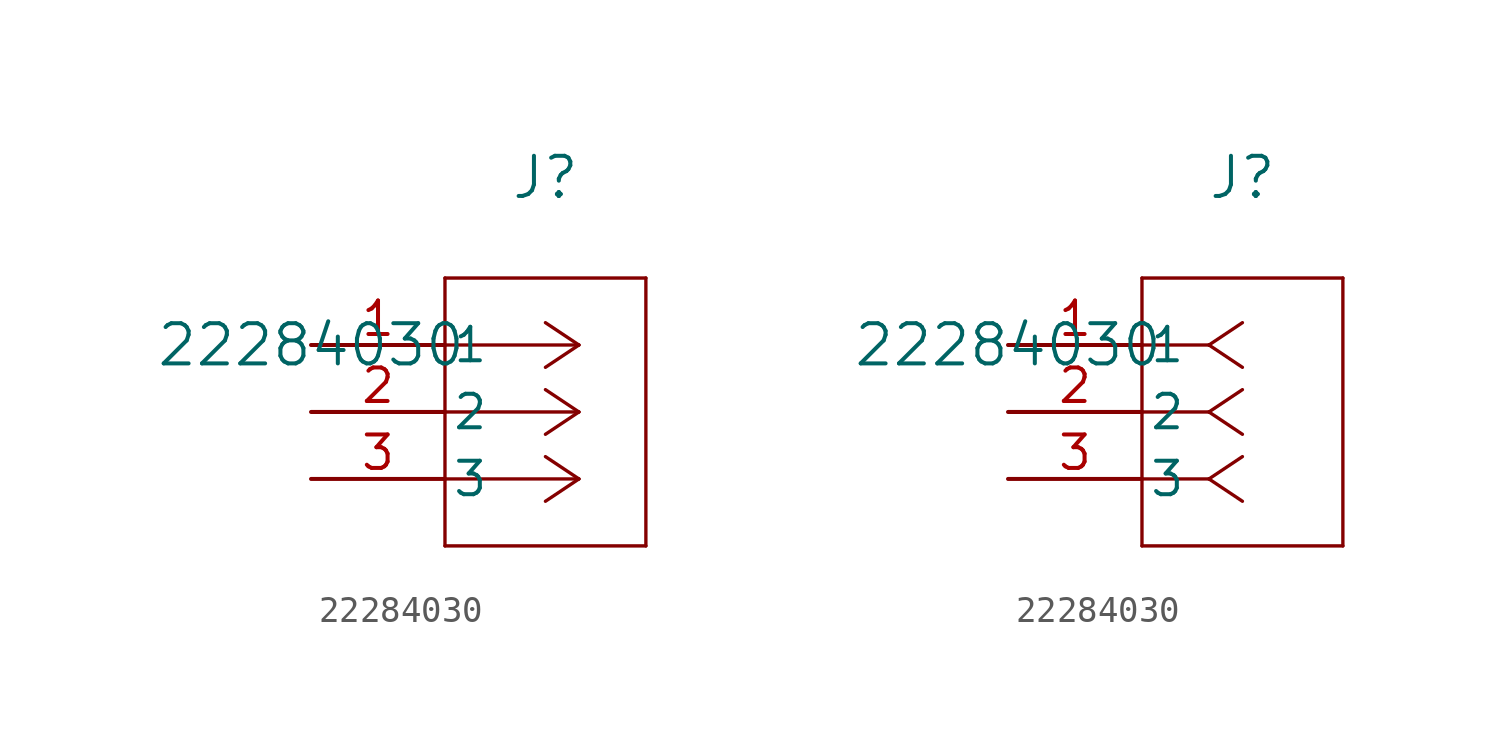
<source format=kicad_sym>
(kicad_symbol_lib
  (version 20211014)
  (generator kicad_symbol_editor)
  (symbol "22284030"
    (pin_names
      (offset 0.254))
    (property "Reference" "J"
      (at 8.89 6.35 0)
      (effects (font (size 1.524 1.524))))
    (property "Value" "22284030"
      (at 0 0 0)
      (effects (font (size 1.524 1.524))))
    (symbol "22284030_1_1"
      (polyline (pts (xy 10.16 0) (xy 5.08 0)) (stroke (width 0.127) (type default) (color 0 0 0 0)) (fill (type none)))
      (polyline (pts (xy 10.16 -2.54) (xy 5.08 -2.54)) (stroke (width 0.127) (type default) (color 0 0 0 0)) (fill (type none)))
      (polyline (pts (xy 10.16 -5.08) (xy 5.08 -5.08)) (stroke (width 0.127) (type default) (color 0 0 0 0)) (fill (type none)))
      (polyline (pts (xy 10.16 0) (xy 8.89 0.847)) (stroke (width 0.127) (type default) (color 0 0 0 0)) (fill (type none)))
      (polyline (pts (xy 10.16 -2.54) (xy 8.89 -1.693)) (stroke (width 0.127) (type default) (color 0 0 0 0)) (fill (type none)))
      (polyline (pts (xy 10.16 -5.08) (xy 8.89 -4.233)) (stroke (width 0.127) (type default) (color 0 0 0 0)) (fill (type none)))
      (polyline (pts (xy 10.16 0) (xy 8.89 -0.847)) (stroke (width 0.127) (type default) (color 0 0 0 0)) (fill (type none)))
      (polyline (pts (xy 10.16 -2.54) (xy 8.89 -3.387)) (stroke (width 0.127) (type default) (color 0 0 0 0)) (fill (type none)))
      (polyline (pts (xy 10.16 -5.08) (xy 8.89 -5.927)) (stroke (width 0.127) (type default) (color 0 0 0 0)) (fill (type none)))
      (polyline (pts (xy 5.08 2.54) (xy 5.08 -7.62)) (stroke (width 0.127) (type default) (color 0 0 0 0)) (fill (type none)))
      (polyline (pts (xy 5.08 -7.62) (xy 12.7 -7.62)) (stroke (width 0.127) (type default) (color 0 0 0 0)) (fill (type none)))
      (polyline (pts (xy 12.7 -7.62) (xy 12.7 2.54)) (stroke (width 0.127) (type default) (color 0 0 0 0)) (fill (type none)))
      (polyline (pts (xy 12.7 2.54) (xy 5.08 2.54)) (stroke (width 0.127) (type default) (color 0 0 0 0)) (fill (type none)))
      (pin unspecified line (at 0 0 0) (length 5.08) (name "1" (effects (font (size 1.27 1.27)))) (number "1" (effects (font (size 1.27 1.27)))))
      (pin unspecified line (at 0 -2.54 0) (length 5.08) (name "2" (effects (font (size 1.27 1.27)))) (number "2" (effects (font (size 1.27 1.27)))))
      (pin unspecified line (at 0 -5.08 0) (length 5.08) (name "3" (effects (font (size 1.27 1.27)))) (number "3" (effects (font (size 1.27 1.27))))))
    (symbol "22284030_1_2"
      (polyline (pts (xy 7.62 0) (xy 5.08 0)) (stroke (width 0.127) (type default) (color 0 0 0 0)) (fill (type none)))
      (polyline (pts (xy 7.62 -2.54) (xy 5.08 -2.54)) (stroke (width 0.127) (type default) (color 0 0 0 0)) (fill (type none)))
      (polyline (pts (xy 7.62 -5.08) (xy 5.08 -5.08)) (stroke (width 0.127) (type default) (color 0 0 0 0)) (fill (type none)))
      (polyline (pts (xy 7.62 0) (xy 8.89 0.847)) (stroke (width 0.127) (type default) (color 0 0 0 0)) (fill (type none)))
      (polyline (pts (xy 7.62 -2.54) (xy 8.89 -1.693)) (stroke (width 0.127) (type default) (color 0 0 0 0)) (fill (type none)))
      (polyline (pts (xy 7.62 -5.08) (xy 8.89 -4.233)) (stroke (width 0.127) (type default) (color 0 0 0 0)) (fill (type none)))
      (polyline (pts (xy 7.62 0) (xy 8.89 -0.847)) (stroke (width 0.127) (type default) (color 0 0 0 0)) (fill (type none)))
      (polyline (pts (xy 7.62 -2.54) (xy 8.89 -3.387)) (stroke (width 0.127) (type default) (color 0 0 0 0)) (fill (type none)))
      (polyline (pts (xy 7.62 -5.08) (xy 8.89 -5.927)) (stroke (width 0.127) (type default) (color 0 0 0 0)) (fill (type none)))
      (polyline (pts (xy 5.08 2.54) (xy 5.08 -7.62)) (stroke (width 0.127) (type default) (color 0 0 0 0)) (fill (type none)))
      (polyline (pts (xy 5.08 -7.62) (xy 12.7 -7.62)) (stroke (width 0.127) (type default) (color 0 0 0 0)) (fill (type none)))
      (polyline (pts (xy 12.7 -7.62) (xy 12.7 2.54)) (stroke (width 0.127) (type default) (color 0 0 0 0)) (fill (type none)))
      (polyline (pts (xy 12.7 2.54) (xy 5.08 2.54)) (stroke (width 0.127) (type default) (color 0 0 0 0)) (fill (type none)))
      (pin unspecified line (at 0 0 0) (length 5.08) (name "1" (effects (font (size 1.27 1.27)))) (number "1" (effects (font (size 1.27 1.27)))))
      (pin unspecified line (at 0 -2.54 0) (length 5.08) (name "2" (effects (font (size 1.27 1.27)))) (number "2" (effects (font (size 1.27 1.27)))))
      (pin unspecified line (at 0 -5.08 0) (length 5.08) (name "3" (effects (font (size 1.27 1.27)))) (number "3" (effects (font (size 1.27 1.27))))))))
</source>
